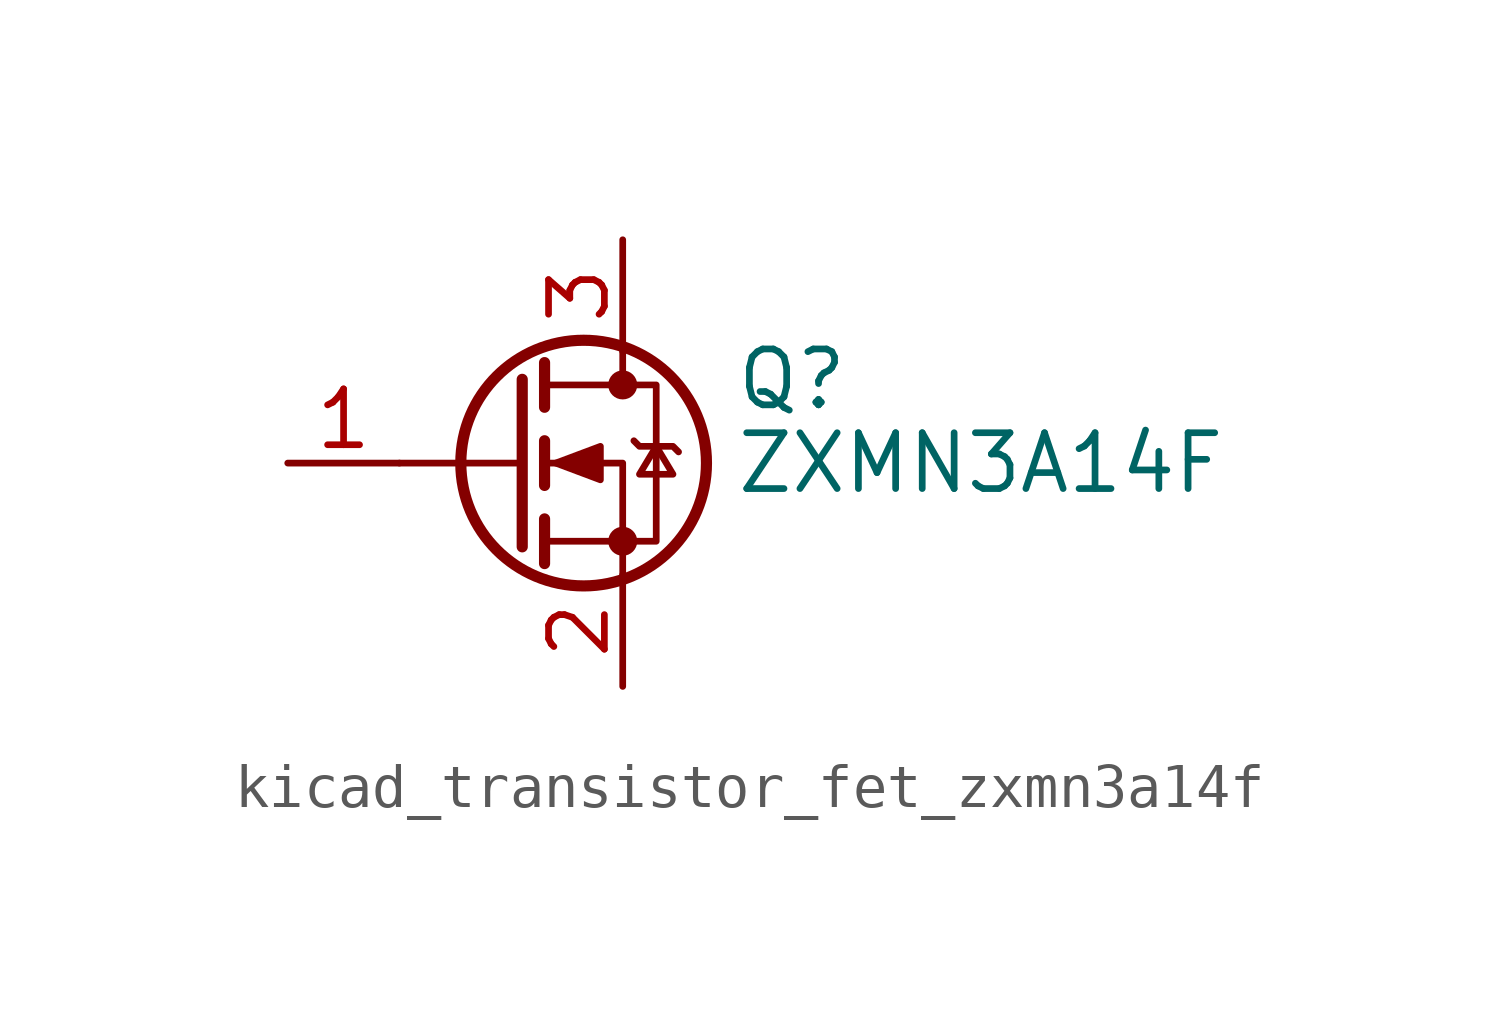
<source format=kicad_sym>
(kicad_symbol_lib
  (version 20220914)
  (generator kicad_symbol_editor)
  (symbol "kicad_transistor_fet_zxmn3a14f"
    (pin_names hide)
    (property "Reference" "Q"
      (at 5.08 1.905 0)
      (effects (font (size 1.27 1.27)) (justify left)))
    (property "Value" "ZXMN3A14F"
      (at 5.08 0 0)
      (effects (font (size 1.27 1.27)) (justify left)))
    (symbol "kicad_transistor_fet_zxmn3a14f_0_1"
      (polyline (pts (xy 0.254 0) (xy -2.54 0)) (stroke (width 0) (type default)) (fill (type none)))
      (polyline (pts (xy 0.254 1.905) (xy 0.254 -1.905)) (stroke (width 0.254) (type default)) (fill (type none)))
      (polyline (pts (xy 0.762 -1.27) (xy 0.762 -2.286)) (stroke (width 0.254) (type default)) (fill (type none)))
      (polyline (pts (xy 0.762 0.508) (xy 0.762 -0.508)) (stroke (width 0.254) (type default)) (fill (type none)))
      (polyline (pts (xy 0.762 2.286) (xy 0.762 1.27)) (stroke (width 0.254) (type default)) (fill (type none)))
      (polyline (pts (xy 2.54 2.54) (xy 2.54 1.778)) (stroke (width 0) (type default)) (fill (type none)))
      (polyline (pts (xy 2.54 -2.54) (xy 2.54 0) (xy 0.762 0)) (stroke (width 0) (type default)) (fill (type none)))
      (polyline (pts (xy 0.762 -1.778) (xy 3.302 -1.778) (xy 3.302 1.778) (xy 0.762 1.778)) (stroke (width 0) (type default)) (fill (type none)))
      (polyline (pts (xy 1.016 0) (xy 2.032 0.381) (xy 2.032 -0.381) (xy 1.016 0)) (stroke (width 0) (type default)) (fill (type outline)))
      (polyline (pts (xy 2.794 0.508) (xy 2.921 0.381) (xy 3.683 0.381) (xy 3.81 0.254)) (stroke (width 0) (type default)) (fill (type none)))
      (polyline (pts (xy 3.302 0.381) (xy 2.921 -0.254) (xy 3.683 -0.254) (xy 3.302 0.381)) (stroke (width 0) (type default)) (fill (type none)))
      (circle (center 1.651 0) (radius 2.794) (stroke (width 0.254) (type default)) (fill (type none)))
      (circle (center 2.54 -1.778) (radius 0.254) (stroke (width 0) (type default)) (fill (type outline)))
      (circle (center 2.54 1.778) (radius 0.254) (stroke (width 0) (type default)) (fill (type outline))))
    (symbol "kicad_transistor_fet_zxmn3a14f_1_1"
      (pin input line (at -5.08 0 0) (length 2.54) (name "G" (effects (font (size 1.27 1.27)))) (number "1" (effects (font (size 1.27 1.27)))))
      (pin passive line (at 2.54 -5.08 90) (length 2.54) (name "S" (effects (font (size 1.27 1.27)))) (number "2" (effects (font (size 1.27 1.27)))))
      (pin passive line (at 2.54 5.08 270) (length 2.54) (name "D" (effects (font (size 1.27 1.27)))) (number "3" (effects (font (size 1.27 1.27))))))))
</source>
